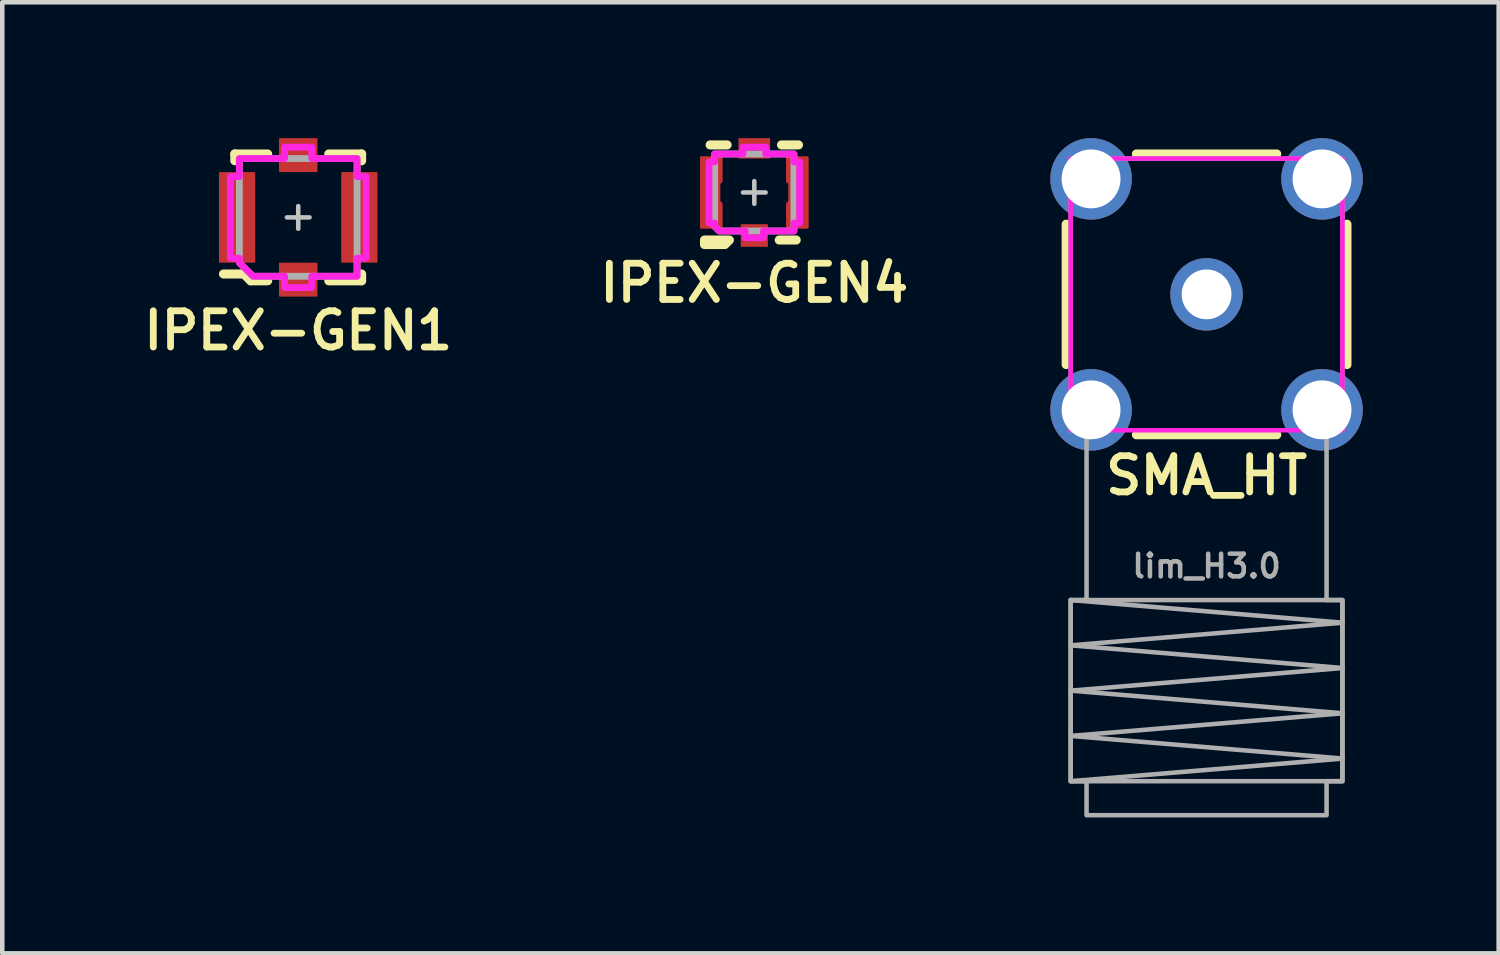
<source format=kicad_pcb>
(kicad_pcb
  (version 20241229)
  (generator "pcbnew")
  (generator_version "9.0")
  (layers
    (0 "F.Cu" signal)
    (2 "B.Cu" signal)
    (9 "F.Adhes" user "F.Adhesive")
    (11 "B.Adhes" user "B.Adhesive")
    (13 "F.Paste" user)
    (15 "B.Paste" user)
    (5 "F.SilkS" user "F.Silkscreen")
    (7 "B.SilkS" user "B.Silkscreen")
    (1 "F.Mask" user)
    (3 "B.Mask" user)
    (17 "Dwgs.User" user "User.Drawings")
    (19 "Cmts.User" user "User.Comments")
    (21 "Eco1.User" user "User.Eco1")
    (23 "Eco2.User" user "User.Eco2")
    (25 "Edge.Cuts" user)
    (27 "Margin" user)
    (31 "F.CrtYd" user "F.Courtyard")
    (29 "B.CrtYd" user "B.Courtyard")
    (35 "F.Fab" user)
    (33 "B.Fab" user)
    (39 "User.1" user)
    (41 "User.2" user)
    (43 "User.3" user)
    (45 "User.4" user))
  (footprint "IPEX-GEN4"
    (layer "F.Cu")
    (at 13.606 1.2)
    (property "Reference" "IPEX-GEN4" (at 0 2 0) (unlocked yes) (layer "F.SilkS") (effects (font (size 0.8 0.8) (thickness 0.15))))
    (attr smd)
    (fp_line (start -0.6 -1.05) (end -0.975 -1.05) (stroke (width 0.2) (type solid)) (layer "F.SilkS"))
    (fp_line (start 0.925 1.05) (end 0.55 1.05) (stroke (width 0.2) (type solid)) (layer "F.SilkS"))
    (fp_line (start 0.975 -1.05) (end 0.6 -1.05) (stroke (width 0.2) (type solid)) (layer "F.SilkS"))
    (fp_poly (pts (xy -0.65 1.15) (xy -1.1 1.15) (xy -1.1 1.05) (xy -0.55 1.05)) (stroke (width 0.2) (type solid)) (fill yes) (layer "F.SilkS"))
    (fp_line (start -0.25 0) (end 0.25 0) (stroke (width 0.1) (type solid)) (layer "Dwgs.User"))
    (fp_line (start 0 -0.25) (end 0 0.25) (stroke (width 0.1) (type solid)) (layer "Dwgs.User"))
    (fp_poly (pts (xy 0.25 -0.85) (xy 0.875 -0.85) (xy 0.875 -0.675) (xy 1 -0.675) (xy 1 0.675) (xy 0.875 0.675) (xy 0.875 0.85) (xy 0.2 0.85) (xy 0.2 1) (xy -0.2 1) (xy -0.2 0.85) (xy -0.775 0.85) (xy -0.875 0.75) (xy -0.875 0.675) (xy -1 0.675) (xy -1 -0.675) (xy -0.875 -0.675) (xy -0.875 -0.85) (xy -0.25 -0.85) (xy -0.25 -1) (xy 0.25 -1)) (stroke (width 0.15) (type solid)) (fill no) (layer "F.CrtYd"))
    (fp_poly (pts (xy 0.875 0.85) (xy -0.775 0.85) (xy -0.875 0.75) (xy -0.875 -0.85) (xy 0.875 -0.85)) (stroke (width 0.15) (type solid)) (fill no) (layer "F.Fab"))
    (pad "COM" smd custom (at -0.95 0 180) (size 0.3 0.3) (layers "F.Cu" "F.Mask" "F.Paste") (options (anchor circle)) (primitives (gr_poly (pts (xy -0.225 0.25) (xy -0.175 0.2) (xy -0.175 -0.2) (xy -0.225 -0.25) (xy -0.225 -0.775) (xy 0.225 -0.775) (xy 0.225 0.775) (xy -0.225 0.775)) (width 0.05) (fill yes))))
    (pad "COM" smd roundrect (at 0 -0.975 180) (size 0.7 0.45) (layers "F.Cu" "F.Mask" "F.Paste") (roundrect_rratio 0.025))
    (pad "COM" smd custom (at 0.95 0) (size 0.3 0.3) (layers "F.Cu" "F.Mask" "F.Paste") (options (anchor circle)) (primitives (gr_poly (pts (xy -0.225 0.25) (xy -0.175 0.2) (xy -0.175 -0.2) (xy -0.225 -0.25) (xy -0.225 -0.775) (xy 0.225 -0.775) (xy 0.225 0.775) (xy -0.225 0.775)) (width 0.05) (fill yes))))
    (pad "SIG" smd roundrect (at 0 0.95 180) (size 0.6 0.5) (layers "F.Cu" "F.Mask" "F.Paste") (roundrect_rratio 0.025))
    (zone (net_name "") (layer "F.Cu") (name "RF-CONN") (hatch edge 0.508) (connect_pads) (min_thickness 0.254) (filled_areas_thickness no) (keepout (tracks allowed) (vias allowed) (pads allowed) (copperpour not_allowed) (footprints allowed)) (placement (enabled no)) (fill) (polygon (pts (xy 13.306 1.65) (xy 13.231 1.575) (xy 13.231 0.825) (xy 13.981 0.825) (xy 13.981 1.575) (xy 13.906 1.65) (xy 13.906 1.9) (xy 13.306 1.9)))))
  (footprint "IPEX-GEN1"
    (layer "F.Cu")
    (at 3.535 1.75)
    (property "Reference" "IPEX-GEN1" (at 0 2.5 0) (unlocked yes) (layer "F.SilkS") (effects (font (size 0.8 0.8) (thickness 0.15))))
    (attr smd)
    (fp_line (start -1.4 -1.4) (end -0.675 -1.4) (stroke (width 0.2) (type solid)) (layer "F.SilkS"))
    (fp_line (start -1.4 -1.25) (end -1.4 -1.4) (stroke (width 0.2) (type solid)) (layer "F.SilkS"))
    (fp_line (start -1.2 1.25) (end -1.65 1.25) (stroke (width 0.2) (type solid)) (layer "F.SilkS"))
    (fp_line (start -1.05 1.4) (end -1.2 1.25) (stroke (width 0.2) (type solid)) (layer "F.SilkS"))
    (fp_line (start -1.05 1.4) (end -0.675 1.4) (stroke (width 0.2) (type solid)) (layer "F.SilkS"))
    (fp_line (start 1.4 -1.4) (end 0.675 -1.4) (stroke (width 0.2) (type solid)) (layer "F.SilkS"))
    (fp_line (start 1.4 -1.25) (end 1.4 -1.4) (stroke (width 0.2) (type solid)) (layer "F.SilkS"))
    (fp_line (start 1.4 1.25) (end 1.4 1.4) (stroke (width 0.2) (type solid)) (layer "F.SilkS"))
    (fp_line (start 1.4 1.4) (end 0.675 1.4) (stroke (width 0.2) (type solid)) (layer "F.SilkS"))
    (fp_line (start -0.25 0) (end 0.25 0) (stroke (width 0.1) (type solid)) (layer "Dwgs.User"))
    (fp_line (start 0 0.25) (end 0 -0.25) (stroke (width 0.1) (type solid)) (layer "Dwgs.User"))
    (fp_poly (pts (xy -0.3 1.3) (xy -1 1.3) (xy -1.3 1) (xy -1.3 0.9) (xy -1.5 0.9) (xy -1.5 -0.9) (xy -1.3 -0.9) (xy -1.3 -1.3) (xy -0.3 -1.3) (xy -0.3 -1.55) (xy 0.3 -1.55) (xy 0.3 -1.3) (xy 1.3 -1.3) (xy 1.3 -0.9) (xy 1.5 -0.9) (xy 1.5 0.9) (xy 1.3 0.9) (xy 1.3 1.3) (xy 0.3 1.3) (xy 0.3 1.55) (xy -0.3 1.55)) (stroke (width 0.15) (type solid)) (fill no) (layer "F.CrtYd"))
    (fp_poly (pts (xy 1.3 -1.3) (xy 1.3 1.3) (xy -1 1.3) (xy -1.3 1) (xy -1.3 -1.3)) (stroke (width 0.15) (type solid)) (fill no) (layer "F.Fab"))
    (pad "COM" smd roundrect (at -1.35 0) (size 0.8 2) (layers "F.Cu" "F.Mask" "F.Paste") (roundrect_rratio 0.025))
    (pad "COM" smd roundrect (at 0 -1.375) (size 0.85 0.75) (layers "F.Cu" "F.Mask" "F.Paste") (roundrect_rratio 0.025))
    (pad "COM" smd roundrect (at 1.35 0) (size 0.8 2) (layers "F.Cu" "F.Mask" "F.Paste") (roundrect_rratio 0.025))
    (pad "SIG" smd roundrect (at 0 1.375) (size 0.85 0.75) (layers "F.Cu" "F.Mask" "F.Paste") (roundrect_rratio 0.025))
    (zone (net_name "") (layer "F.Cu") (name "RF-CONN") (hatch edge 0.508) (connect_pads) (min_thickness 0.254) (filled_areas_thickness no) (keepout (tracks allowed) (vias allowed) (pads allowed) (copperpour not_allowed) (footprints allowed)) (placement (enabled no)) (fill) (polygon (pts (xy 3.035 1.25) (xy 4.035 1.25) (xy 4.035 2.25) (xy 3.96 2.325) (xy 3.96 2.75) (xy 3.11 2.75) (xy 3.11 2.325) (xy 3.035 2.25)))))
  (footprint "SMA_HT"
    (layer "F.Cu")
    (at 23.592 3.45)
    (property "Reference" "SMA_HT" (at 0 4 0) (unlocked yes) (layer "F.SilkS") (effects (font (size 0.8 0.8) (thickness 0.15))))
    (attr through_hole)
    (fp_line (start -3.1 1.55) (end -3.1 -1.55) (stroke (width 0.2) (type solid)) (layer "F.SilkS"))
    (fp_line (start -1.55 -3.1) (end 1.55 -3.1) (stroke (width 0.2) (type solid)) (layer "F.SilkS"))
    (fp_line (start -1.55 3.1) (end 1.55 3.1) (stroke (width 0.2) (type solid)) (layer "F.SilkS"))
    (fp_line (start 3.1 1.55) (end 3.1 -1.55) (stroke (width 0.2) (type solid)) (layer "F.SilkS"))
    (fp_line (start -0.25 0) (end 0.25 0) (stroke (width 0.1) (type solid)) (layer "Dwgs.User"))
    (fp_line (start 0 0.25) (end 0 -0.25) (stroke (width 0.1) (type solid)) (layer "Dwgs.User"))
    (fp_rect (start -3 -3) (end 3 3) (stroke (width 0.1) (type solid)) (fill no) (layer "F.CrtYd"))
    (fp_line (start -3 6.75) (end 3 7.25) (stroke (width 0.1) (type solid)) (layer "F.Fab"))
    (fp_line (start -3 7.75) (end 3 8.25) (stroke (width 0.1) (type solid)) (layer "F.Fab"))
    (fp_line (start -3 8.75) (end 3 9.25) (stroke (width 0.1) (type solid)) (layer "F.Fab"))
    (fp_line (start -3 9.75) (end 3 10.25) (stroke (width 0.1) (type solid)) (layer "F.Fab"))
    (fp_line (start 3 7.25) (end -3 7.75) (stroke (width 0.1) (type solid)) (layer "F.Fab"))
    (fp_line (start 3 8.25) (end -3 8.75) (stroke (width 0.1) (type solid)) (layer "F.Fab"))
    (fp_line (start 3 9.25) (end -3 9.75) (stroke (width 0.1) (type solid)) (layer "F.Fab"))
    (fp_line (start 3 10.25) (end -3 10.75) (stroke (width 0.1) (type solid)) (layer "F.Fab"))
    (fp_rect (start -3 10.75) (end 3 6.75) (stroke (width 0.1) (type solid)) (fill no) (layer "F.Fab"))
    (fp_poly (pts (xy 3 3) (xy 2.65 3) (xy 2.65 6.75) (xy 3 6.75) (xy 3 10.75) (xy 2.65 10.75) (xy 2.65 11.5) (xy -2.65 11.5) (xy -2.65 10.75) (xy -3 10.75) (xy -3 6.75) (xy -2.65 6.75) (xy -2.65 3) (xy -3 3) (xy -3 -3) (xy 3 -3)) (stroke (width 0.1) (type solid)) (fill no) (layer "F.Fab"))
    (fp_text user "lim_H3.0" (at 0 6 0) (unlocked yes) (layer "F.Fab") (effects (font (size 0.5 0.5) (thickness 0.1))))
    (pad "COM" thru_hole circle (at -2.55 -2.55) (size 1.8 1.8) (drill 1.3) (layers "*.Cu" "*.Mask"))
    (pad "COM" thru_hole circle (at -2.55 2.55) (size 1.8 1.8) (drill 1.3) (layers "*.Cu" "*.Mask"))
    (pad "COM" thru_hole circle (at 2.55 -2.55) (size 1.8 1.8) (drill 1.3) (layers "*.Cu" "*.Mask"))
    (pad "COM" thru_hole circle (at 2.55 2.55) (size 1.8 1.8) (drill 1.3) (layers "*.Cu" "*.Mask"))
    (pad "SIG" thru_hole circle (at 0 0) (size 1.6 1.6) (drill 1.1) (layers "*.Cu" "*.Mask")))
  (gr_rect
    (start -3 -3)
    (end 30.042 18)
    (stroke (width 0.1) (type default))
    (fill no)
    (layer "Edge.Cuts")))
</source>
